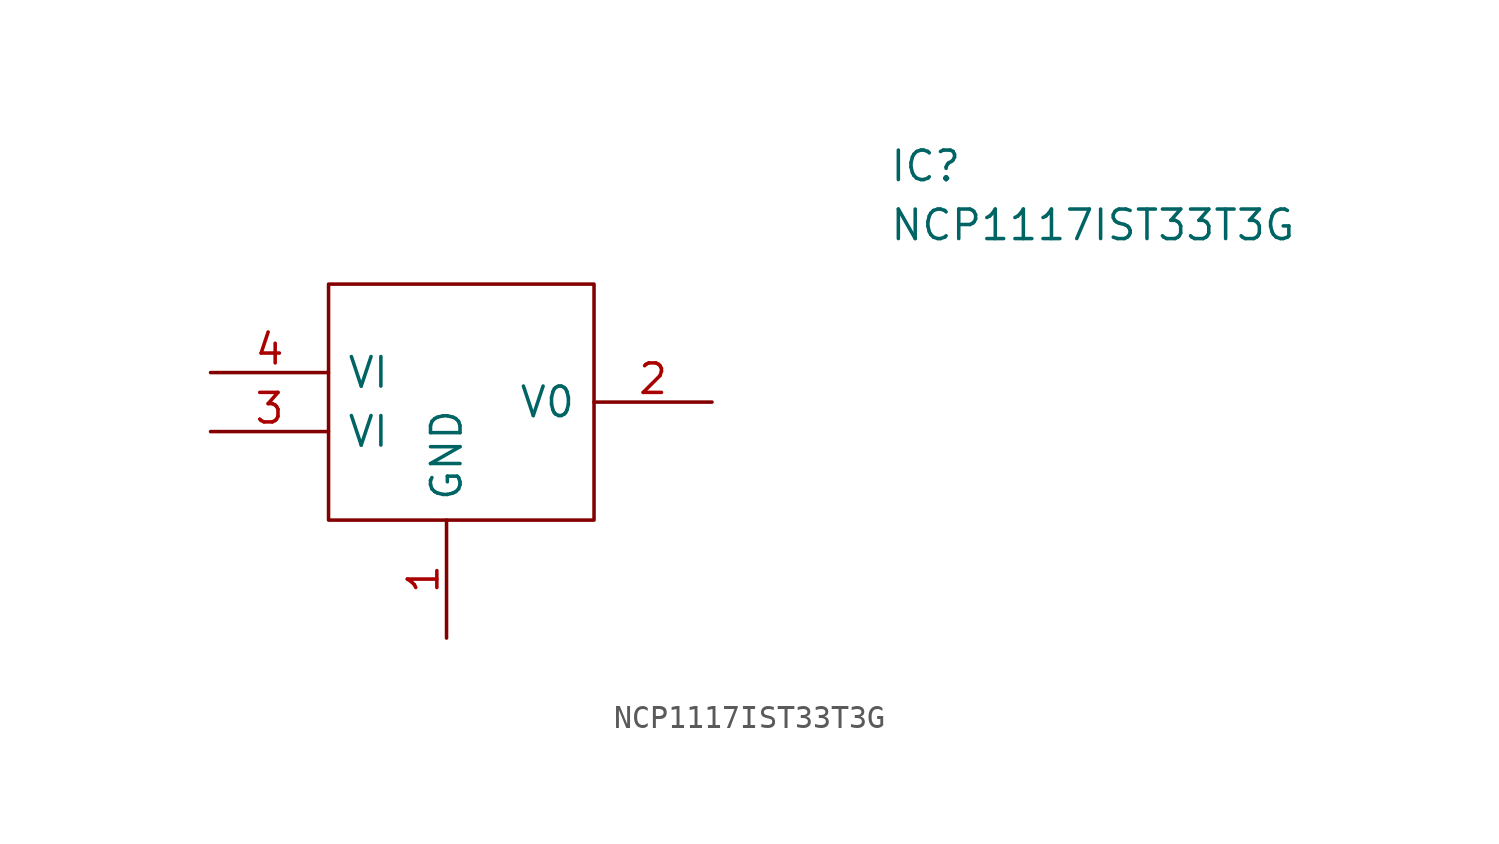
<source format=kicad_sym>
(kicad_symbol_lib
  (version 20211014)
  (generator kicad_symbol_editor)
  (symbol "NCP1117IST33T3G"
    (pin_names
      (offset 0.762))
    (property "Reference" "IC"
      (at 39.37 7.62 0)
      (effects (font (size 1.27 1.27)) (justify left)))
    (property "Value" "NCP1117IST33T3G"
      (at 39.37 5.08 0)
      (effects (font (size 1.27 1.27)) (justify left)))
    (symbol "NCP1117IST33T3G_0_0"
      (pin passive line (at 20.32 -12.7 90) (length 5.08) (name "GND" (effects (font (size 1.27 1.27)))) (number "1" (effects (font (size 1.27 1.27)))))
      (pin passive line (at 31.75 -2.54 180) (length 5.08) (name "V0" (effects (font (size 1.27 1.27)))) (number "2" (effects (font (size 1.27 1.27)))))
      (pin passive line (at 10.16 -3.81 0) (length 5.08) (name "VI" (effects (font (size 1.27 1.27)))) (number "3" (effects (font (size 1.27 1.27)))))
      (pin passive line (at 10.16 -1.27 0) (length 5.08) (name "VI" (effects (font (size 1.27 1.27)))) (number "4" (effects (font (size 1.27 1.27))))))
    (symbol "NCP1117IST33T3G_0_1"
      (polyline (pts (xy 15.24 2.54) (xy 26.67 2.54) (xy 26.67 -7.62) (xy 15.24 -7.62) (xy 15.24 2.54)) (stroke (width 0.152) (type default) (color 0 0 0 0)) (fill (type none))))))
</source>
